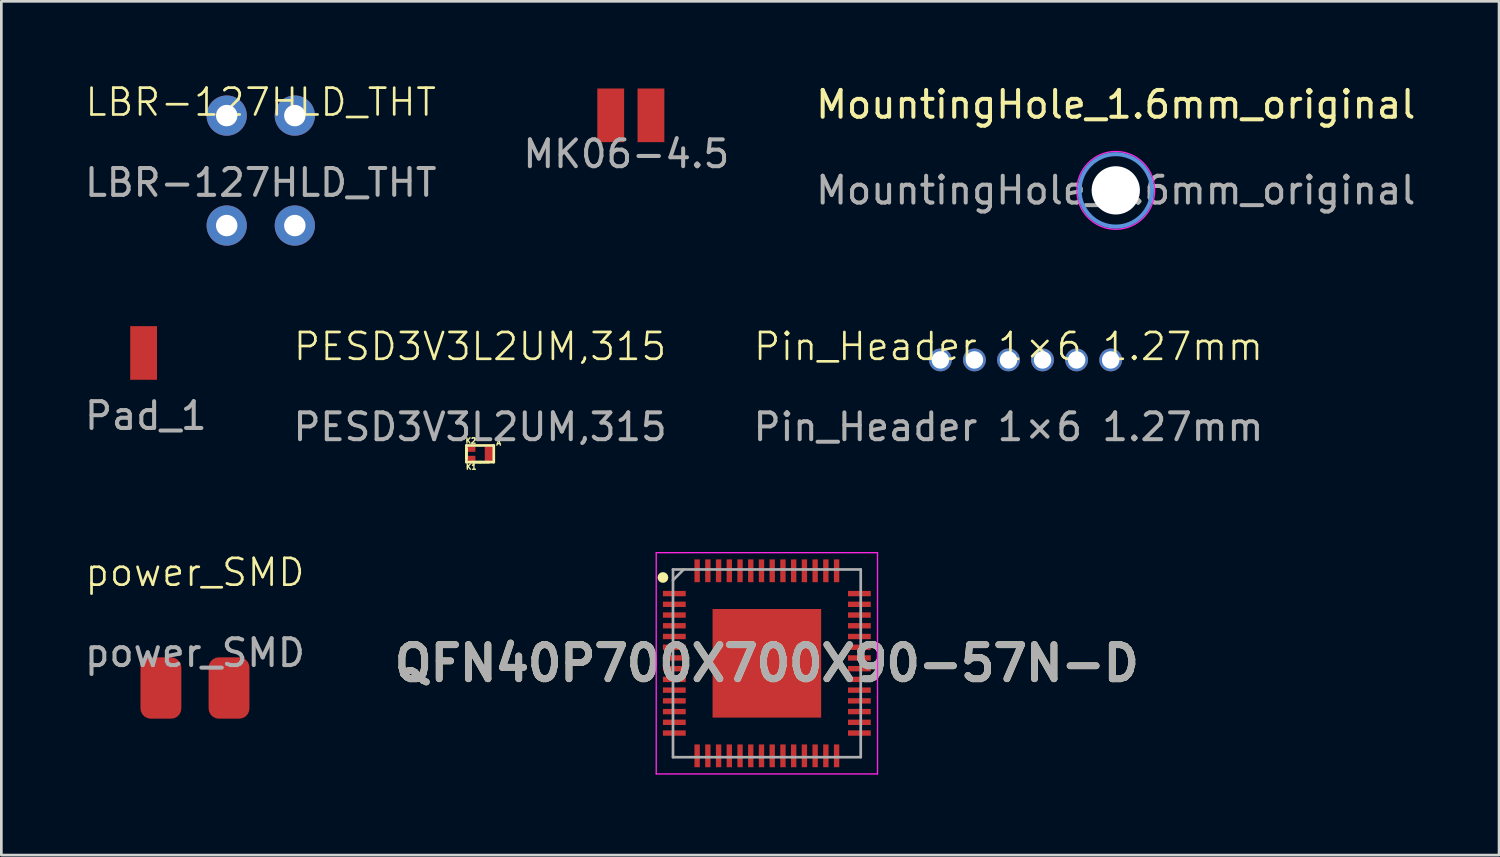
<source format=kicad_pcb>
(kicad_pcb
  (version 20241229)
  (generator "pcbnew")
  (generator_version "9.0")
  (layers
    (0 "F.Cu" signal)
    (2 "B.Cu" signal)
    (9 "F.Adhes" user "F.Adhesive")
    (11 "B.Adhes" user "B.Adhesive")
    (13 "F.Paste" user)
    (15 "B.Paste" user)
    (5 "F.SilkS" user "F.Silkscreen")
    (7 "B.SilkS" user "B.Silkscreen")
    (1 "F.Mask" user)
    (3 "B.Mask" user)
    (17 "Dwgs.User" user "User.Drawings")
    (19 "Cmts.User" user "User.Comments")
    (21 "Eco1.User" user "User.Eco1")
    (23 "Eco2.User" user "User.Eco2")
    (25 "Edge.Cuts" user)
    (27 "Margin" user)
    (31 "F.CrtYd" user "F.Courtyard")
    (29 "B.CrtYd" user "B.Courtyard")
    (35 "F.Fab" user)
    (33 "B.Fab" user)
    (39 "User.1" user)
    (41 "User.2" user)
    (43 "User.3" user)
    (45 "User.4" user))
  (footprint "QFN40P700X700X90-57N-D"
    (layer "F.Cu")
    (at 25.544 21.683)
    (property "Reference" "QFN40P700X700X90-57N-D" (at 0 0 0) (layer "F.SilkS") (effects (font (size 1.27 1.27) (thickness 0.254))))
    (attr smd)
    (fp_circle (center -3.875 -3.2) (end -3.875 -3.1) (stroke (width 0.2) (type solid)) (fill no) (layer "F.SilkS"))
    (fp_line (start -4.125 -4.125) (end 4.125 -4.125) (stroke (width 0.05) (type solid)) (layer "F.CrtYd"))
    (fp_line (start -4.125 4.125) (end -4.125 -4.125) (stroke (width 0.05) (type solid)) (layer "F.CrtYd"))
    (fp_line (start 4.125 -4.125) (end 4.125 4.125) (stroke (width 0.05) (type solid)) (layer "F.CrtYd"))
    (fp_line (start 4.125 4.125) (end -4.125 4.125) (stroke (width 0.05) (type solid)) (layer "F.CrtYd"))
    (fp_line (start -3.5 -3.5) (end 3.5 -3.5) (stroke (width 0.1) (type solid)) (layer "F.Fab"))
    (fp_line (start -3.5 -3.1) (end -3.1 -3.5) (stroke (width 0.1) (type solid)) (layer "F.Fab"))
    (fp_line (start -3.5 3.5) (end -3.5 -3.5) (stroke (width 0.1) (type solid)) (layer "F.Fab"))
    (fp_line (start 3.5 -3.5) (end 3.5 3.5) (stroke (width 0.1) (type solid)) (layer "F.Fab"))
    (fp_line (start 3.5 3.5) (end -3.5 3.5) (stroke (width 0.1) (type solid)) (layer "F.Fab"))
    (fp_text user "${REFERENCE}" (at 0 0 0) (layer "F.Fab") (effects (font (size 1.27 1.27) (thickness 0.254))))
    (pad "1" smd rect (at -3.45 -2.6 90) (size 0.2 0.85) (layers "F.Cu" "F.Mask" "F.Paste"))
    (pad "2" smd rect (at -3.45 -2.2 90) (size 0.2 0.85) (layers "F.Cu" "F.Mask" "F.Paste"))
    (pad "3" smd rect (at -3.45 -1.8 90) (size 0.2 0.85) (layers "F.Cu" "F.Mask" "F.Paste"))
    (pad "4" smd rect (at -3.45 -1.4 90) (size 0.2 0.85) (layers "F.Cu" "F.Mask" "F.Paste"))
    (pad "5" smd rect (at -3.45 -1 90) (size 0.2 0.85) (layers "F.Cu" "F.Mask" "F.Paste"))
    (pad "6" smd rect (at -3.45 -0.6 90) (size 0.2 0.85) (layers "F.Cu" "F.Mask" "F.Paste"))
    (pad "7" smd rect (at -3.45 -0.2 90) (size 0.2 0.85) (layers "F.Cu" "F.Mask" "F.Paste"))
    (pad "8" smd rect (at -3.45 0.2 90) (size 0.2 0.85) (layers "F.Cu" "F.Mask" "F.Paste"))
    (pad "9" smd rect (at -3.45 0.6 90) (size 0.2 0.85) (layers "F.Cu" "F.Mask" "F.Paste"))
    (pad "10" smd rect (at -3.45 1 90) (size 0.2 0.85) (layers "F.Cu" "F.Mask" "F.Paste"))
    (pad "11" smd rect (at -3.45 1.4 90) (size 0.2 0.85) (layers "F.Cu" "F.Mask" "F.Paste"))
    (pad "12" smd rect (at -3.45 1.8 90) (size 0.2 0.85) (layers "F.Cu" "F.Mask" "F.Paste"))
    (pad "13" smd rect (at -3.45 2.2 90) (size 0.2 0.85) (layers "F.Cu" "F.Mask" "F.Paste"))
    (pad "14" smd rect (at -3.45 2.6 90) (size 0.2 0.85) (layers "F.Cu" "F.Mask" "F.Paste"))
    (pad "15" smd rect (at -2.6 3.45) (size 0.2 0.85) (layers "F.Cu" "F.Mask" "F.Paste"))
    (pad "16" smd rect (at -2.2 3.45) (size 0.2 0.85) (layers "F.Cu" "F.Mask" "F.Paste"))
    (pad "17" smd rect (at -1.8 3.45) (size 0.2 0.85) (layers "F.Cu" "F.Mask" "F.Paste"))
    (pad "18" smd rect (at -1.4 3.45) (size 0.2 0.85) (layers "F.Cu" "F.Mask" "F.Paste"))
    (pad "19" smd rect (at -1 3.45) (size 0.2 0.85) (layers "F.Cu" "F.Mask" "F.Paste"))
    (pad "20" smd rect (at -0.6 3.45) (size 0.2 0.85) (layers "F.Cu" "F.Mask" "F.Paste"))
    (pad "21" smd rect (at -0.2 3.45) (size 0.2 0.85) (layers "F.Cu" "F.Mask" "F.Paste"))
    (pad "22" smd rect (at 0.2 3.45) (size 0.2 0.85) (layers "F.Cu" "F.Mask" "F.Paste"))
    (pad "23" smd rect (at 0.6 3.45) (size 0.2 0.85) (layers "F.Cu" "F.Mask" "F.Paste"))
    (pad "24" smd rect (at 1 3.45) (size 0.2 0.85) (layers "F.Cu" "F.Mask" "F.Paste"))
    (pad "25" smd rect (at 1.4 3.45) (size 0.2 0.85) (layers "F.Cu" "F.Mask" "F.Paste"))
    (pad "26" smd rect (at 1.8 3.45) (size 0.2 0.85) (layers "F.Cu" "F.Mask" "F.Paste"))
    (pad "27" smd rect (at 2.2 3.45) (size 0.2 0.85) (layers "F.Cu" "F.Mask" "F.Paste"))
    (pad "28" smd rect (at 2.6 3.45) (size 0.2 0.85) (layers "F.Cu" "F.Mask" "F.Paste"))
    (pad "29" smd rect (at 3.45 2.6 90) (size 0.2 0.85) (layers "F.Cu" "F.Mask" "F.Paste"))
    (pad "30" smd rect (at 3.45 2.2 90) (size 0.2 0.85) (layers "F.Cu" "F.Mask" "F.Paste"))
    (pad "31" smd rect (at 3.45 1.8 90) (size 0.2 0.85) (layers "F.Cu" "F.Mask" "F.Paste"))
    (pad "32" smd rect (at 3.45 1.4 90) (size 0.2 0.85) (layers "F.Cu" "F.Mask" "F.Paste"))
    (pad "33" smd rect (at 3.45 1 90) (size 0.2 0.85) (layers "F.Cu" "F.Mask" "F.Paste"))
    (pad "34" smd rect (at 3.45 0.6 90) (size 0.2 0.85) (layers "F.Cu" "F.Mask" "F.Paste"))
    (pad "35" smd rect (at 3.45 0.2 90) (size 0.2 0.85) (layers "F.Cu" "F.Mask" "F.Paste"))
    (pad "36" smd rect (at 3.45 -0.2 90) (size 0.2 0.85) (layers "F.Cu" "F.Mask" "F.Paste"))
    (pad "37" smd rect (at 3.45 -0.6 90) (size 0.2 0.85) (layers "F.Cu" "F.Mask" "F.Paste"))
    (pad "38" smd rect (at 3.45 -1 90) (size 0.2 0.85) (layers "F.Cu" "F.Mask" "F.Paste"))
    (pad "39" smd rect (at 3.45 -1.4 90) (size 0.2 0.85) (layers "F.Cu" "F.Mask" "F.Paste"))
    (pad "40" smd rect (at 3.45 -1.8 90) (size 0.2 0.85) (layers "F.Cu" "F.Mask" "F.Paste"))
    (pad "41" smd rect (at 3.45 -2.2 90) (size 0.2 0.85) (layers "F.Cu" "F.Mask" "F.Paste"))
    (pad "42" smd rect (at 3.45 -2.6 90) (size 0.2 0.85) (layers "F.Cu" "F.Mask" "F.Paste"))
    (pad "43" smd rect (at 2.6 -3.45) (size 0.2 0.85) (layers "F.Cu" "F.Mask" "F.Paste"))
    (pad "44" smd rect (at 2.2 -3.45) (size 0.2 0.85) (layers "F.Cu" "F.Mask" "F.Paste"))
    (pad "45" smd rect (at 1.8 -3.45) (size 0.2 0.85) (layers "F.Cu" "F.Mask" "F.Paste"))
    (pad "46" smd rect (at 1.4 -3.45) (size 0.2 0.85) (layers "F.Cu" "F.Mask" "F.Paste"))
    (pad "47" smd rect (at 1 -3.45) (size 0.2 0.85) (layers "F.Cu" "F.Mask" "F.Paste"))
    (pad "48" smd rect (at 0.6 -3.45) (size 0.2 0.85) (layers "F.Cu" "F.Mask" "F.Paste"))
    (pad "49" smd rect (at 0.2 -3.45) (size 0.2 0.85) (layers "F.Cu" "F.Mask" "F.Paste"))
    (pad "50" smd rect (at -0.2 -3.45) (size 0.2 0.85) (layers "F.Cu" "F.Mask" "F.Paste"))
    (pad "51" smd rect (at -0.6 -3.45) (size 0.2 0.85) (layers "F.Cu" "F.Mask" "F.Paste"))
    (pad "52" smd rect (at -1 -3.45) (size 0.2 0.85) (layers "F.Cu" "F.Mask" "F.Paste"))
    (pad "53" smd rect (at -1.4 -3.45) (size 0.2 0.85) (layers "F.Cu" "F.Mask" "F.Paste"))
    (pad "54" smd rect (at -1.8 -3.45) (size 0.2 0.85) (layers "F.Cu" "F.Mask" "F.Paste"))
    (pad "55" smd rect (at -2.2 -3.45) (size 0.2 0.85) (layers "F.Cu" "F.Mask" "F.Paste"))
    (pad "56" smd rect (at -2.6 -3.45) (size 0.2 0.85) (layers "F.Cu" "F.Mask" "F.Paste"))
    (pad "57" smd rect (at 0 0) (size 4.05 4.05) (layers "F.Cu" "F.Mask" "F.Paste")))
  (footprint "PESD3V3L2UM,315"
    (layer "F.Cu")
    (at 14.851 10.371)
    (property "Reference" "PESD3V3L2UM,315" (at 0 -0.5 0) (unlocked yes) (layer "F.SilkS") (effects (font (size 1 1) (thickness 0.1))))
    (attr smd)
    (fp_line (start -0.51 3.19) (end 0.51 3.19) (stroke (width 0.1) (type default)) (layer "F.SilkS"))
    (fp_line (start -0.51 3.325) (end -0.51 3.675) (stroke (width 0.1) (type default)) (layer "F.SilkS"))
    (fp_line (start -0.51 3.5) (end -0.51 3.325) (stroke (width 0.1) (type default)) (layer "F.SilkS"))
    (fp_line (start -0.51 3.81) (end -0.51 3.19) (stroke (width 0.1) (type default)) (layer "F.SilkS"))
    (fp_line (start 0 3.81) (end -0.325 3.81) (stroke (width 0.1) (type default)) (layer "F.SilkS"))
    (fp_line (start 0 3.81) (end 0.325 3.81) (stroke (width 0.1) (type default)) (layer "F.SilkS"))
    (fp_line (start 0.51 3.19) (end 0.51 3.81) (stroke (width 0.1) (type default)) (layer "F.SilkS"))
    (fp_line (start 0.51 3.81) (end -0.51 3.81) (stroke (width 0.1) (type default)) (layer "F.SilkS"))
    (fp_text user "K1" (at -0.557 4.103 0) (unlocked yes) (layer "F.SilkS") (effects (font (size 0.2 0.2) (thickness 0.05) (bold yes)) (justify left bottom)))
    (fp_text user "A" (at 0.574 3.204 0) (unlocked yes) (layer "F.SilkS") (effects (font (size 0.2 0.2) (thickness 0.05) (bold yes)) (justify left bottom)))
    (fp_text user "K2" (at -0.571 3.131 0) (unlocked yes) (layer "F.SilkS") (effects (font (size 0.2 0.2) (thickness 0.05) (bold yes)) (justify left bottom)))
    (fp_text user "${REFERENCE}" (at 0 2.5 0) (unlocked yes) (layer "F.Fab") (effects (font (size 1 1) (thickness 0.15))))
    (pad "1" smd rect (at -0.325 3.675) (size 0.3 0.2) (layers "F.Cu" "F.Mask" "F.Paste"))
    (pad "2" smd rect (at -0.325 3.325) (size 0.3 0.2) (layers "F.Cu" "F.Mask" "F.Paste"))
    (pad "3" smd rect (at 0.325 3.5) (size 0.3 0.55) (layers "F.Cu" "F.Mask" "F.Paste")))
  (footprint "Pad_1"
    (layer "F.Cu")
    (at 2.305 10.011)
    (property "Reference" "Pad_1" (at 0.082 -0.558 0) (unlocked yes) (layer "User.9") (effects (font (size 1 1) (thickness 0.1))))
    (attr smd)
    (fp_text user "${REFERENCE}" (at 0.082 2.442 0) (unlocked yes) (layer "F.Fab") (effects (font (size 1 1) (thickness 0.15))))
    (pad "1" smd rect (at 0 0.1) (size 1 2) (layers "F.Cu" "F.Mask" "F.Paste")))
  (footprint "power_SMD"
    (layer "F.Cu")
    (at 4.22 18.794)
    (property "Reference" "power_SMD" (at 0 -0.5 0) (unlocked yes) (layer "F.SilkS") (effects (font (size 1 1) (thickness 0.1))))
    (attr smd)
    (fp_text user "${REFERENCE}" (at 0 2.5 0) (unlocked yes) (layer "F.Fab") (effects (font (size 1 1) (thickness 0.15))))
    (pad "1" smd roundrect (at -1.27 3.81 270) (size 2.286 1.524) (layers "F.Cu" "F.Mask" "F.Paste") (roundrect_rratio 0.25))
    (pad "2" smd roundrect (at 1.27 3.81 270) (size 2.286 1.524) (layers "F.Cu" "F.Mask" "F.Paste") (roundrect_rratio 0.25)))
  (footprint "MountingHole_1.6mm_original"
    (layer "F.Cu")
    (at 38.554 4.048)
    (property "Reference" "MountingHole_1.6mm_original" (at 0 -3.2 0) (layer "F.SilkS") (effects (font (size 1 1) (thickness 0.15))))
    (attr exclude_from_pos_files exclude_from_bom)
    (fp_circle (center 0 0) (end 1.35 0) (stroke (width 0.15) (type solid)) (fill no) (layer "Cmts.User"))
    (fp_circle (center 0 0) (end 1.45 0) (stroke (width 0.05) (type solid)) (fill no) (layer "F.CrtYd"))
    (fp_text user "${REFERENCE}" (at 0 0 0) (layer "F.Fab") (effects (font (size 1 1) (thickness 0.15))))
    (pad "" np_thru_hole circle (at 0 0) (size 1.8 1.8) (drill 1.8) (layers "*.Cu" "*.Mask")))
  (footprint "MK06-4.5"
    (layer "F.Cu")
    (at 20.222 0.25)
    (property "Reference" "MK06-4.5" (at 0.082 -0.558 0) (unlocked yes) (layer "User.9") (effects (font (size 1 1) (thickness 0.1))))
    (attr smd)
    (fp_text user "${REFERENCE}" (at 0.082 2.442 0) (unlocked yes) (layer "F.Fab") (effects (font (size 1 1) (thickness 0.15))))
    (pad "1" smd rect (at -0.5 1) (size 1 2) (layers "F.Cu" "F.Mask" "F.Paste"))
    (pad "2" smd rect (at 1 1) (size 1 2) (layers "F.Cu" "F.Mask" "F.Paste")))
  (footprint "LBR-127HLD_THT"
    (layer "F.Cu")
    (at 6.673 1.26)
    (property "Reference" "LBR-127HLD_THT" (at 0 -0.5 0) (unlocked yes) (layer "F.SilkS") (effects (font (size 1 1) (thickness 0.1))))
    (attr through_hole)
    (fp_text user "${REFERENCE}" (at 0 2.5 0) (unlocked yes) (layer "F.Fab") (effects (font (size 1 1) (thickness 0.15))))
    (pad "1" thru_hole circle (at 1.27 0) (size 1.5 1.5) (drill 0.8) (layers "*.Cu" "*.Mask"))
    (pad "2" thru_hole circle (at -1.27 0) (size 1.5 1.5) (drill 0.8) (layers "*.Cu" "*.Mask"))
    (pad "3" thru_hole circle (at 1.27 4.1) (size 1.5 1.5) (drill 0.8) (layers "*.Cu" "*.Mask"))
    (pad "4" thru_hole circle (at -1.27 4.1) (size 1.5 1.5) (drill 0.8) (layers "*.Cu" "*.Mask")))
  (footprint "Pin_Header 1×6 1.27mm"
    (layer "F.Cu")
    (at 34.554 10.371)
    (property "Reference" "Pin_Header 1×6 1.27mm" (at 0 -0.5 0) (unlocked yes) (layer "F.SilkS") (effects (font (size 1 1) (thickness 0.1))))
    (attr through_hole)
    (fp_text user "${REFERENCE}" (at 0 2.5 0) (unlocked yes) (layer "F.Fab") (effects (font (size 1 1) (thickness 0.15))))
    (pad "1" thru_hole circle (at -2.54 0) (size 0.85 0.85) (drill 0.65) (layers "*.Cu" "*.Mask"))
    (pad "2" thru_hole circle (at -1.27 0) (size 0.85 0.85) (drill 0.65) (layers "*.Cu" "*.Mask"))
    (pad "3" thru_hole circle (at 0 0) (size 0.85 0.85) (drill 0.65) (layers "*.Cu" "*.Mask"))
    (pad "4" thru_hole circle (at 1.27 0) (size 0.85 0.85) (drill 0.65) (layers "*.Cu" "*.Mask"))
    (pad "5" thru_hole circle (at 2.54 0) (size 0.85 0.85) (drill 0.65) (layers "*.Cu" "*.Mask"))
    (pad "6" thru_hole circle (at 3.81 0) (size 0.85 0.85) (drill 0.65) (layers "*.Cu" "*.Mask")))
  (gr_rect
    (start -3 -3)
    (end 52.845 28.834)
    (stroke (width 0.1) (type default))
    (fill no)
    (layer "Edge.Cuts")))
</source>
